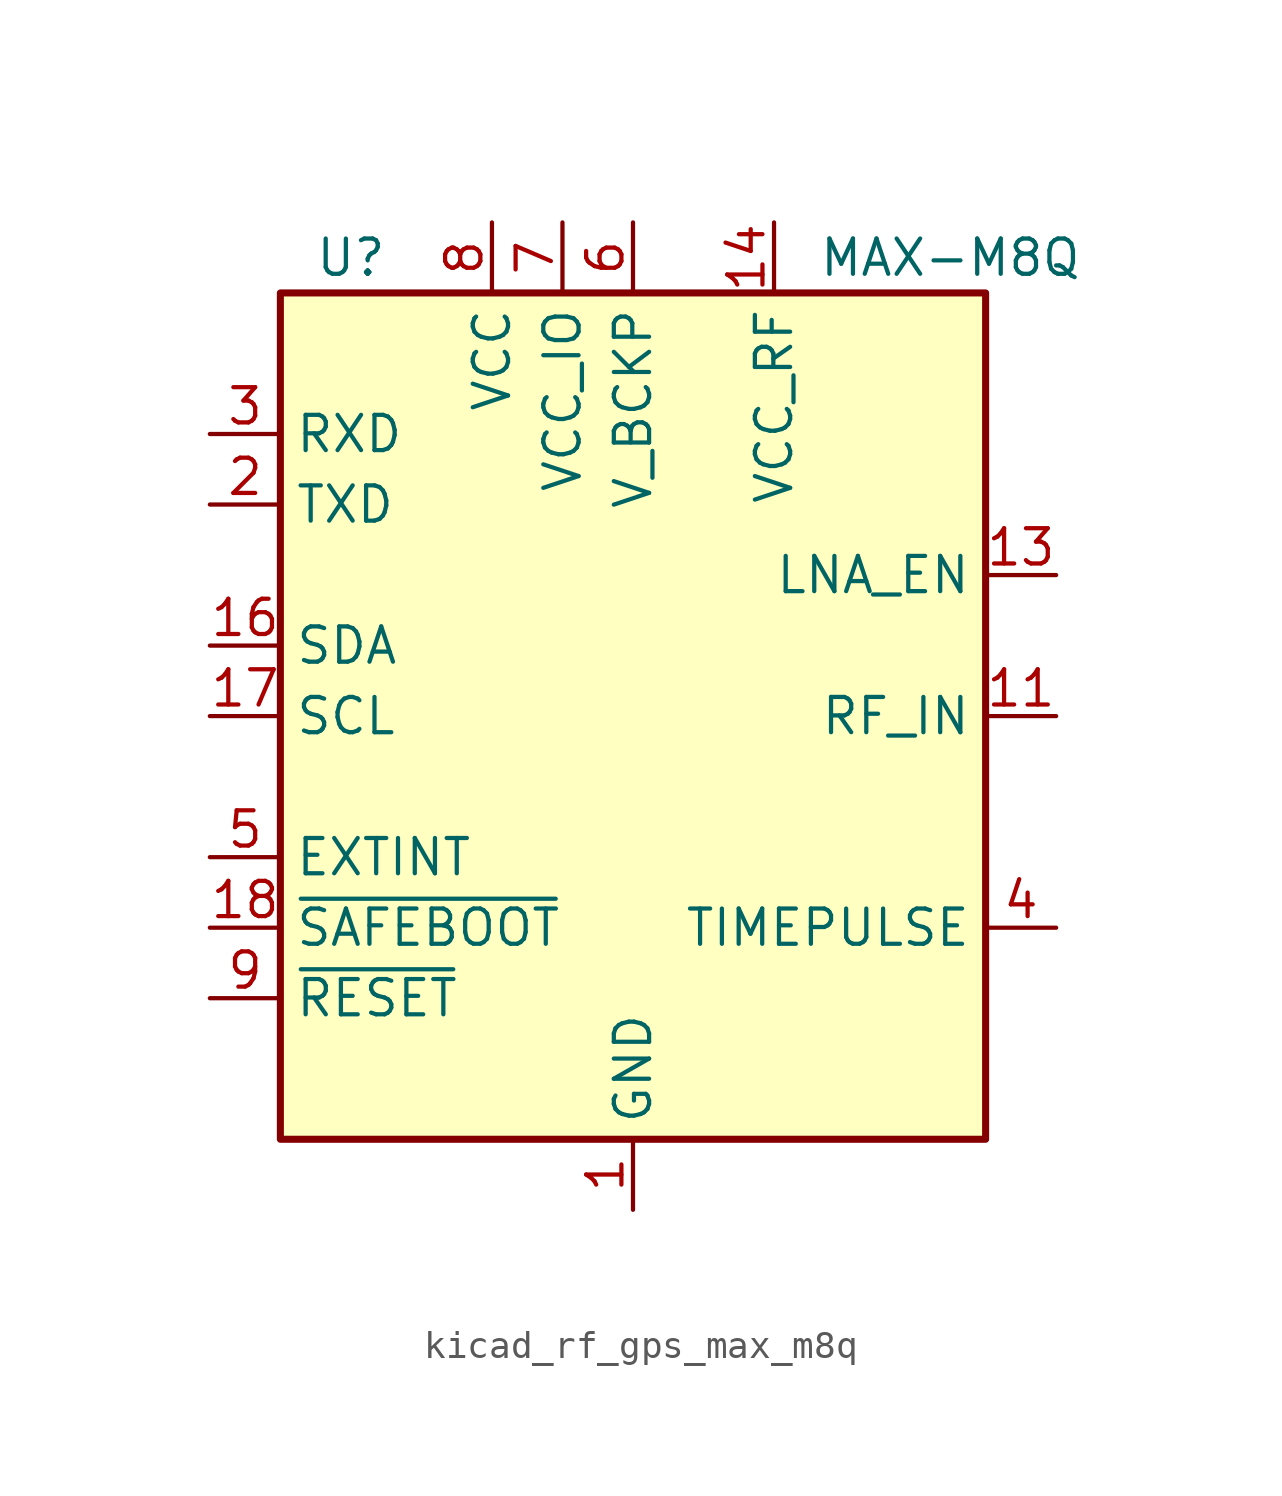
<source format=kicad_sym>
(kicad_symbol_lib
  (version 20220914)
  (generator kicad_symbol_editor)
  (symbol "kicad_rf_gps_max_m8q"
    (property "Reference" "U"
      (at -10.16 16.51 0)
      (effects (font (size 1.27 1.27))))
    (property "Value" "MAX-M8Q"
      (at 11.43 16.51 0)
      (effects (font (size 1.27 1.27))))
    (symbol "kicad_rf_gps_max_m8q_0_1"
      (rectangle (start 12.7 15.24) (end -12.7 -15.24) (stroke (width 0.254) (type default)) (fill (type background))))
    (symbol "kicad_rf_gps_max_m8q_1_1"
      (pin power_in line (at 0 -17.78 90) (length 2.54) (name "GND" (effects (font (size 1.27 1.27)))) (number "1" (effects (font (size 1.27 1.27)))))
      (pin passive line (at 0 -17.78 90) (length 2.54) hide (name "GND" (effects (font (size 1.27 1.27)))) (number "10" (effects (font (size 1.27 1.27)))))
      (pin input line (at 15.24 0 180) (length 2.54) (name "RF_IN" (effects (font (size 1.27 1.27)))) (number "11" (effects (font (size 1.27 1.27)))))
      (pin passive line (at 0 -17.78 90) (length 2.54) hide (name "GND" (effects (font (size 1.27 1.27)))) (number "12" (effects (font (size 1.27 1.27)))))
      (pin output line (at 15.24 5.08 180) (length 2.54) (name "LNA_EN" (effects (font (size 1.27 1.27)))) (number "13" (effects (font (size 1.27 1.27)))))
      (pin power_out line (at 5.08 17.78 270) (length 2.54) (name "VCC_RF" (effects (font (size 1.27 1.27)))) (number "14" (effects (font (size 1.27 1.27)))))
      (pin no_connect line (at 12.7 -5.08 180) (length 2.54) hide (name "Reserved" (effects (font (size 1.27 1.27)))) (number "15" (effects (font (size 1.27 1.27)))))
      (pin bidirectional line (at -15.24 2.54 0) (length 2.54) (name "SDA" (effects (font (size 1.27 1.27)))) (number "16" (effects (font (size 1.27 1.27)))))
      (pin input line (at -15.24 0 0) (length 2.54) (name "SCL" (effects (font (size 1.27 1.27)))) (number "17" (effects (font (size 1.27 1.27)))))
      (pin input line (at -15.24 -7.62 0) (length 2.54) (name "~{SAFEBOOT}" (effects (font (size 1.27 1.27)))) (number "18" (effects (font (size 1.27 1.27)))))
      (pin output line (at -15.24 7.62 0) (length 2.54) (name "TXD" (effects (font (size 1.27 1.27)))) (number "2" (effects (font (size 1.27 1.27)))))
      (pin input line (at -15.24 10.16 0) (length 2.54) (name "RXD" (effects (font (size 1.27 1.27)))) (number "3" (effects (font (size 1.27 1.27)))))
      (pin output line (at 15.24 -7.62 180) (length 2.54) (name "TIMEPULSE" (effects (font (size 1.27 1.27)))) (number "4" (effects (font (size 1.27 1.27)))))
      (pin input line (at -15.24 -5.08 0) (length 2.54) (name "EXTINT" (effects (font (size 1.27 1.27)))) (number "5" (effects (font (size 1.27 1.27)))))
      (pin power_in line (at 0 17.78 270) (length 2.54) (name "V_BCKP" (effects (font (size 1.27 1.27)))) (number "6" (effects (font (size 1.27 1.27)))))
      (pin power_in line (at -2.54 17.78 270) (length 2.54) (name "VCC_IO" (effects (font (size 1.27 1.27)))) (number "7" (effects (font (size 1.27 1.27)))))
      (pin power_in line (at -5.08 17.78 270) (length 2.54) (name "VCC" (effects (font (size 1.27 1.27)))) (number "8" (effects (font (size 1.27 1.27)))))
      (pin input line (at -15.24 -10.16 0) (length 2.54) (name "~{RESET}" (effects (font (size 1.27 1.27)))) (number "9" (effects (font (size 1.27 1.27))))))))
</source>
